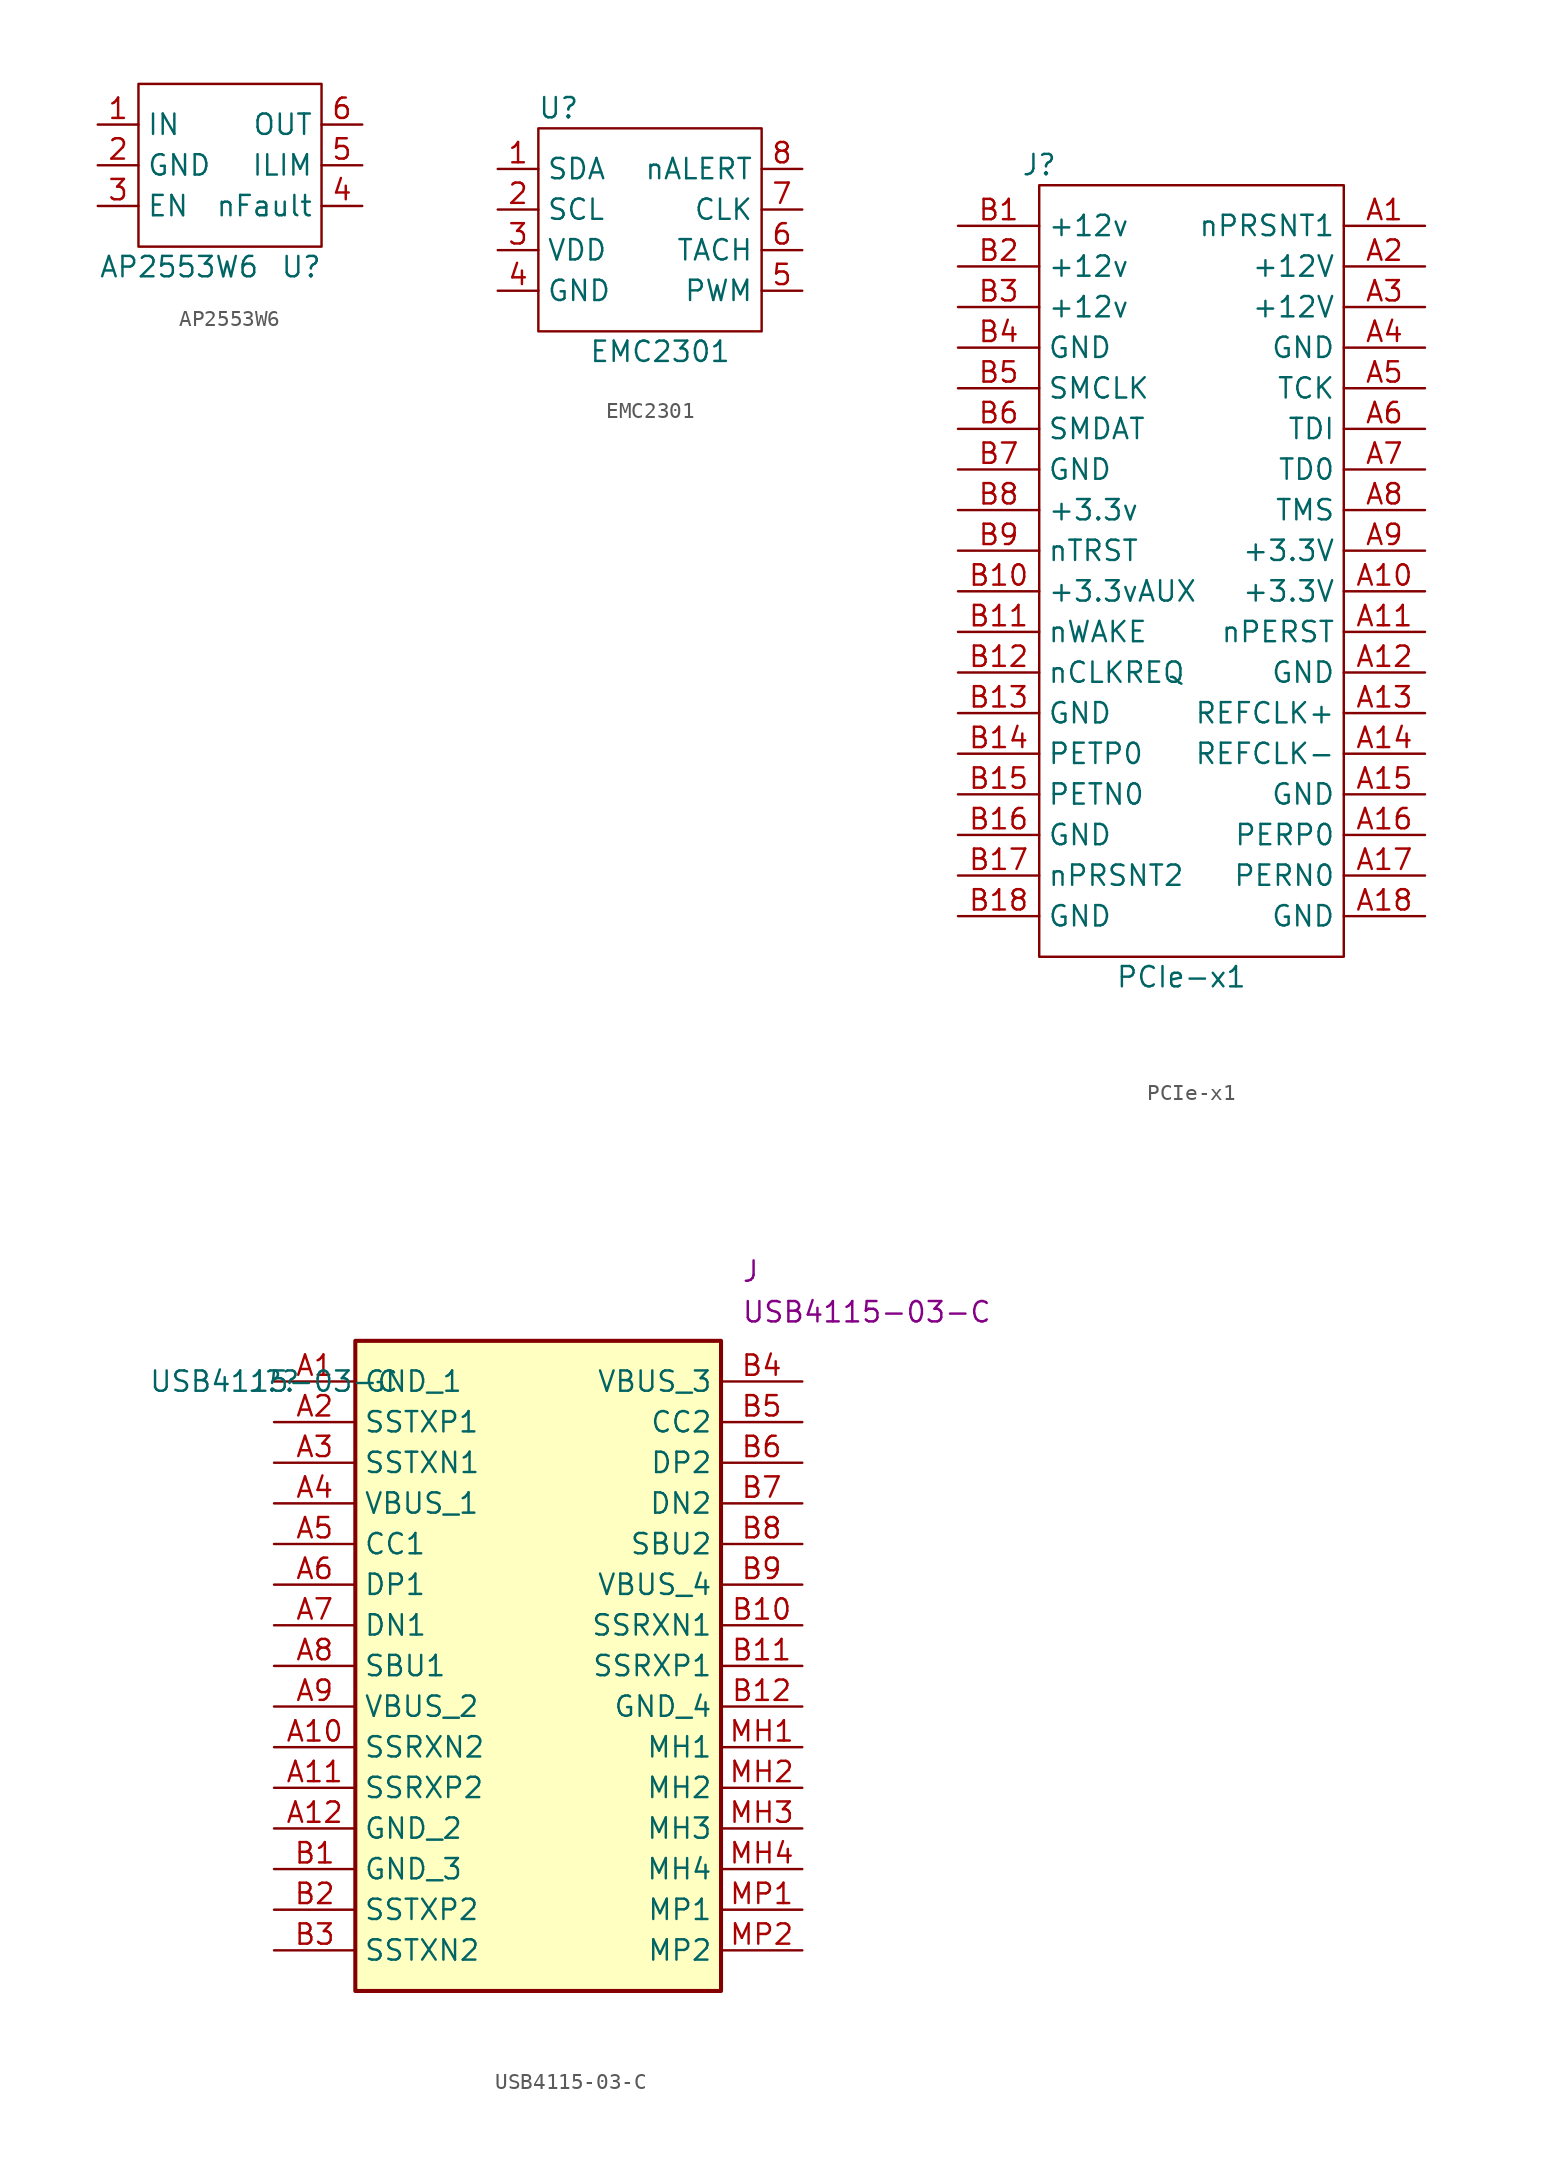
<source format=kicad_sym>
(kicad_symbol_lib
  (version 20211014)
  (generator kicad_symbol_editor)
  (symbol "AP2553W6"
    (property "Reference" "U"
      (at 3.81 -6.35 0)
      (effects (font (size 1.27 1.27))))
    (property "Value" "AP2553W6"
      (at -3.81 -6.35 0)
      (effects (font (size 1.27 1.27))))
    (symbol "AP2553W6_0_0"
      (pin power_in line (at -8.89 2.54 0) (length 2.54) (name "IN" (effects (font (size 1.27 1.27)))) (number "1" (effects (font (size 1.27 1.27)))))
      (pin power_out line (at -8.89 0 0) (length 2.54) (name "GND" (effects (font (size 1.27 1.27)))) (number "2" (effects (font (size 1.27 1.27)))))
      (pin input line (at -8.89 -2.54 0) (length 2.54) (name "EN" (effects (font (size 1.27 1.27)))) (number "3" (effects (font (size 1.27 1.27)))))
      (pin open_collector line (at 7.62 -2.54 180) (length 2.54) (name "nFault" (effects (font (size 1.27 1.27)))) (number "4" (effects (font (size 1.27 1.27)))))
      (pin passive line (at 7.62 0 180) (length 2.54) (name "ILIM" (effects (font (size 1.27 1.27)))) (number "5" (effects (font (size 1.27 1.27)))))
      (pin power_out line (at 7.62 2.54 180) (length 2.54) (name "OUT" (effects (font (size 1.27 1.27)))) (number "6" (effects (font (size 1.27 1.27))))))
    (symbol "AP2553W6_0_1"
      (rectangle (start -6.35 5.08) (end 5.08 -5.08) (stroke (width 0) (type default) (color 0 0 0 0)) (fill (type none)))))
  (symbol "EMC2301"
    (property "Reference" "U"
      (at -7.62 13.97 0)
      (effects (font (size 1.27 1.27))))
    (property "Value" "EMC2301"
      (at -1.27 -1.27 0)
      (effects (font (size 1.27 1.27))))
    (symbol "EMC2301_0_0"
      (pin open_collector line (at -11.43 10.16 0) (length 2.54) (name "SDA" (effects (font (size 1.27 1.27)))) (number "1" (effects (font (size 1.27 1.27)))))
      (pin open_collector line (at -11.43 7.62 0) (length 2.54) (name "SCL" (effects (font (size 1.27 1.27)))) (number "2" (effects (font (size 1.27 1.27)))))
      (pin power_in line (at -11.43 5.08 0) (length 2.54) (name "VDD" (effects (font (size 1.27 1.27)))) (number "3" (effects (font (size 1.27 1.27)))))
      (pin power_in line (at -11.43 2.54 0) (length 2.54) (name "GND" (effects (font (size 1.27 1.27)))) (number "4" (effects (font (size 1.27 1.27)))))
      (pin output line (at 7.62 2.54 180) (length 2.54) (name "PWM" (effects (font (size 1.27 1.27)))) (number "5" (effects (font (size 1.27 1.27)))))
      (pin input line (at 7.62 5.08 180) (length 2.54) (name "TACH" (effects (font (size 1.27 1.27)))) (number "6" (effects (font (size 1.27 1.27)))))
      (pin input line (at 7.62 7.62 180) (length 2.54) (name "CLK" (effects (font (size 1.27 1.27)))) (number "7" (effects (font (size 1.27 1.27)))))
      (pin open_collector line (at 7.62 10.16 180) (length 2.54) (name "nALERT" (effects (font (size 1.27 1.27)))) (number "8" (effects (font (size 1.27 1.27))))))
    (symbol "EMC2301_0_1"
      (rectangle (start -8.89 12.7) (end 5.08 0) (stroke (width 0) (type default) (color 0 0 0 0)) (fill (type none)))))
  (symbol "PCIe-x1"
    (property "Reference" "J"
      (at -13.97 36.83 0)
      (effects (font (size 1.27 1.27))))
    (property "Value" "PCIe-x1"
      (at -5.08 -13.97 0)
      (effects (font (size 1.27 1.27))))
    (symbol "PCIe-x1_0_0"
      (pin passive line (at 10.16 33.02 180) (length 5.08) (name "nPRSNT1" (effects (font (size 1.27 1.27)))) (number "A1" (effects (font (size 1.27 1.27)))))
      (pin power_in line (at 10.16 10.16 180) (length 5.08) (name "+3.3V" (effects (font (size 1.27 1.27)))) (number "A10" (effects (font (size 1.27 1.27)))))
      (pin input line (at 10.16 7.62 180) (length 5.08) (name "nPERST" (effects (font (size 1.27 1.27)))) (number "A11" (effects (font (size 1.27 1.27)))))
      (pin power_in line (at 10.16 5.08 180) (length 5.08) (name "GND" (effects (font (size 1.27 1.27)))) (number "A12" (effects (font (size 1.27 1.27)))))
      (pin input line (at 10.16 2.54 180) (length 5.08) (name "REFCLK+" (effects (font (size 1.27 1.27)))) (number "A13" (effects (font (size 1.27 1.27)))))
      (pin input line (at 10.16 0 180) (length 5.08) (name "REFCLK-" (effects (font (size 1.27 1.27)))) (number "A14" (effects (font (size 1.27 1.27)))))
      (pin power_in line (at 10.16 -2.54 180) (length 5.08) (name "GND" (effects (font (size 1.27 1.27)))) (number "A15" (effects (font (size 1.27 1.27)))))
      (pin output line (at 10.16 -5.08 180) (length 5.08) (name "PERP0" (effects (font (size 1.27 1.27)))) (number "A16" (effects (font (size 1.27 1.27)))))
      (pin output line (at 10.16 -7.62 180) (length 5.08) (name "PERN0" (effects (font (size 1.27 1.27)))) (number "A17" (effects (font (size 1.27 1.27)))))
      (pin power_in line (at 10.16 -10.16 180) (length 5.08) (name "GND" (effects (font (size 1.27 1.27)))) (number "A18" (effects (font (size 1.27 1.27)))))
      (pin power_in line (at 10.16 30.48 180) (length 5.08) (name "+12V" (effects (font (size 1.27 1.27)))) (number "A2" (effects (font (size 1.27 1.27)))))
      (pin power_in line (at 10.16 27.94 180) (length 5.08) (name "+12V" (effects (font (size 1.27 1.27)))) (number "A3" (effects (font (size 1.27 1.27)))))
      (pin power_in line (at 10.16 25.4 180) (length 5.08) (name "GND" (effects (font (size 1.27 1.27)))) (number "A4" (effects (font (size 1.27 1.27)))))
      (pin input line (at 10.16 22.86 180) (length 5.08) (name "TCK" (effects (font (size 1.27 1.27)))) (number "A5" (effects (font (size 1.27 1.27)))))
      (pin input line (at 10.16 20.32 180) (length 5.08) (name "TDI" (effects (font (size 1.27 1.27)))) (number "A6" (effects (font (size 1.27 1.27)))))
      (pin output line (at 10.16 17.78 180) (length 5.08) (name "TD0" (effects (font (size 1.27 1.27)))) (number "A7" (effects (font (size 1.27 1.27)))))
      (pin input line (at 10.16 15.24 180) (length 5.08) (name "TMS" (effects (font (size 1.27 1.27)))) (number "A8" (effects (font (size 1.27 1.27)))))
      (pin power_in line (at 10.16 12.7 180) (length 5.08) (name "+3.3V" (effects (font (size 1.27 1.27)))) (number "A9" (effects (font (size 1.27 1.27)))))
      (pin power_in line (at -19.05 33.02 0) (length 5.08) (name "+12v" (effects (font (size 1.27 1.27)))) (number "B1" (effects (font (size 1.27 1.27)))))
      (pin power_in line (at -19.05 10.16 0) (length 5.08) (name "+3.3vAUX" (effects (font (size 1.27 1.27)))) (number "B10" (effects (font (size 1.27 1.27)))))
      (pin open_collector line (at -19.05 7.62 0) (length 5.08) (name "nWAKE" (effects (font (size 1.27 1.27)))) (number "B11" (effects (font (size 1.27 1.27)))))
      (pin open_collector line (at -19.05 5.08 0) (length 5.08) (name "nCLKREQ" (effects (font (size 1.27 1.27)))) (number "B12" (effects (font (size 1.27 1.27)))))
      (pin power_in line (at -19.05 2.54 0) (length 5.08) (name "GND" (effects (font (size 1.27 1.27)))) (number "B13" (effects (font (size 1.27 1.27)))))
      (pin input line (at -19.05 0 0) (length 5.08) (name "PETP0" (effects (font (size 1.27 1.27)))) (number "B14" (effects (font (size 1.27 1.27)))))
      (pin input line (at -19.05 -2.54 0) (length 5.08) (name "PETN0" (effects (font (size 1.27 1.27)))) (number "B15" (effects (font (size 1.27 1.27)))))
      (pin power_in line (at -19.05 -5.08 0) (length 5.08) (name "GND" (effects (font (size 1.27 1.27)))) (number "B16" (effects (font (size 1.27 1.27)))))
      (pin passive line (at -19.05 -7.62 0) (length 5.08) (name "nPRSNT2" (effects (font (size 1.27 1.27)))) (number "B17" (effects (font (size 1.27 1.27)))))
      (pin power_in line (at -19.05 -10.16 0) (length 5.08) (name "GND" (effects (font (size 1.27 1.27)))) (number "B18" (effects (font (size 1.27 1.27)))))
      (pin power_in line (at -19.05 30.48 0) (length 5.08) (name "+12v" (effects (font (size 1.27 1.27)))) (number "B2" (effects (font (size 1.27 1.27)))))
      (pin power_in line (at -19.05 27.94 0) (length 5.08) (name "+12v" (effects (font (size 1.27 1.27)))) (number "B3" (effects (font (size 1.27 1.27)))))
      (pin power_in line (at -19.05 25.4 0) (length 5.08) (name "GND" (effects (font (size 1.27 1.27)))) (number "B4" (effects (font (size 1.27 1.27)))))
      (pin passive line (at -19.05 22.86 0) (length 5.08) (name "SMCLK" (effects (font (size 1.27 1.27)))) (number "B5" (effects (font (size 1.27 1.27)))))
      (pin passive line (at -19.05 20.32 0) (length 5.08) (name "SMDAT" (effects (font (size 1.27 1.27)))) (number "B6" (effects (font (size 1.27 1.27)))))
      (pin power_in line (at -19.05 17.78 0) (length 5.08) (name "GND" (effects (font (size 1.27 1.27)))) (number "B7" (effects (font (size 1.27 1.27)))))
      (pin power_in line (at -19.05 15.24 0) (length 5.08) (name "+3.3v" (effects (font (size 1.27 1.27)))) (number "B8" (effects (font (size 1.27 1.27)))))
      (pin input line (at -19.05 12.7 0) (length 5.08) (name "nTRST" (effects (font (size 1.27 1.27)))) (number "B9" (effects (font (size 1.27 1.27))))))
    (symbol "PCIe-x1_0_1"
      (rectangle (start -13.97 35.56) (end 5.08 -12.7) (stroke (width 0) (type default) (color 0 0 0 0)) (fill (type none)))))
  (symbol "USB4115-03-C"
    (property "Reference" "J?"
      (at 0 0 0)
      (effects (font (size 1.27 1.27))))
    (property "Value" "USB4115-03-C"
      (at 0 0 0)
      (effects (font (size 1.27 1.27))))
    (property "Reference_1" "J"
      (at 29.21 7.62 0)
      (effects (font (size 1.27 1.27)) (justify left top)))
    (property "Value_1" "USB4115-03-C"
      (at 29.21 5.08 0)
      (effects (font (size 1.27 1.27)) (justify left top)))
    (symbol "USB4115-03-C_1_1"
      (rectangle (start 5.08 2.54) (end 27.94 -38.1) (stroke (width 0.254) (type default) (color 0 0 0 0)) (fill (type background)))
      (pin passive line (at 0 0 0) (length 5.08) (name "GND_1" (effects (font (size 1.27 1.27)))) (number "A1" (effects (font (size 1.27 1.27)))))
      (pin passive line (at 0 -22.86 0) (length 5.08) (name "SSRXN2" (effects (font (size 1.27 1.27)))) (number "A10" (effects (font (size 1.27 1.27)))))
      (pin passive line (at 0 -25.4 0) (length 5.08) (name "SSRXP2" (effects (font (size 1.27 1.27)))) (number "A11" (effects (font (size 1.27 1.27)))))
      (pin passive line (at 0 -27.94 0) (length 5.08) (name "GND_2" (effects (font (size 1.27 1.27)))) (number "A12" (effects (font (size 1.27 1.27)))))
      (pin passive line (at 0 -2.54 0) (length 5.08) (name "SSTXP1" (effects (font (size 1.27 1.27)))) (number "A2" (effects (font (size 1.27 1.27)))))
      (pin passive line (at 0 -5.08 0) (length 5.08) (name "SSTXN1" (effects (font (size 1.27 1.27)))) (number "A3" (effects (font (size 1.27 1.27)))))
      (pin passive line (at 0 -7.62 0) (length 5.08) (name "VBUS_1" (effects (font (size 1.27 1.27)))) (number "A4" (effects (font (size 1.27 1.27)))))
      (pin passive line (at 0 -10.16 0) (length 5.08) (name "CC1" (effects (font (size 1.27 1.27)))) (number "A5" (effects (font (size 1.27 1.27)))))
      (pin passive line (at 0 -12.7 0) (length 5.08) (name "DP1" (effects (font (size 1.27 1.27)))) (number "A6" (effects (font (size 1.27 1.27)))))
      (pin passive line (at 0 -15.24 0) (length 5.08) (name "DN1" (effects (font (size 1.27 1.27)))) (number "A7" (effects (font (size 1.27 1.27)))))
      (pin passive line (at 0 -17.78 0) (length 5.08) (name "SBU1" (effects (font (size 1.27 1.27)))) (number "A8" (effects (font (size 1.27 1.27)))))
      (pin passive line (at 0 -20.32 0) (length 5.08) (name "VBUS_2" (effects (font (size 1.27 1.27)))) (number "A9" (effects (font (size 1.27 1.27)))))
      (pin passive line (at 0 -30.48 0) (length 5.08) (name "GND_3" (effects (font (size 1.27 1.27)))) (number "B1" (effects (font (size 1.27 1.27)))))
      (pin passive line (at 33.02 -15.24 180) (length 5.08) (name "SSRXN1" (effects (font (size 1.27 1.27)))) (number "B10" (effects (font (size 1.27 1.27)))))
      (pin passive line (at 33.02 -17.78 180) (length 5.08) (name "SSRXP1" (effects (font (size 1.27 1.27)))) (number "B11" (effects (font (size 1.27 1.27)))))
      (pin passive line (at 33.02 -20.32 180) (length 5.08) (name "GND_4" (effects (font (size 1.27 1.27)))) (number "B12" (effects (font (size 1.27 1.27)))))
      (pin passive line (at 0 -33.02 0) (length 5.08) (name "SSTXP2" (effects (font (size 1.27 1.27)))) (number "B2" (effects (font (size 1.27 1.27)))))
      (pin passive line (at 0 -35.56 0) (length 5.08) (name "SSTXN2" (effects (font (size 1.27 1.27)))) (number "B3" (effects (font (size 1.27 1.27)))))
      (pin passive line (at 33.02 0 180) (length 5.08) (name "VBUS_3" (effects (font (size 1.27 1.27)))) (number "B4" (effects (font (size 1.27 1.27)))))
      (pin passive line (at 33.02 -2.54 180) (length 5.08) (name "CC2" (effects (font (size 1.27 1.27)))) (number "B5" (effects (font (size 1.27 1.27)))))
      (pin passive line (at 33.02 -5.08 180) (length 5.08) (name "DP2" (effects (font (size 1.27 1.27)))) (number "B6" (effects (font (size 1.27 1.27)))))
      (pin passive line (at 33.02 -7.62 180) (length 5.08) (name "DN2" (effects (font (size 1.27 1.27)))) (number "B7" (effects (font (size 1.27 1.27)))))
      (pin passive line (at 33.02 -10.16 180) (length 5.08) (name "SBU2" (effects (font (size 1.27 1.27)))) (number "B8" (effects (font (size 1.27 1.27)))))
      (pin passive line (at 33.02 -12.7 180) (length 5.08) (name "VBUS_4" (effects (font (size 1.27 1.27)))) (number "B9" (effects (font (size 1.27 1.27)))))
      (pin passive line (at 33.02 -22.86 180) (length 5.08) (name "MH1" (effects (font (size 1.27 1.27)))) (number "MH1" (effects (font (size 1.27 1.27)))))
      (pin passive line (at 33.02 -25.4 180) (length 5.08) (name "MH2" (effects (font (size 1.27 1.27)))) (number "MH2" (effects (font (size 1.27 1.27)))))
      (pin passive line (at 33.02 -27.94 180) (length 5.08) (name "MH3" (effects (font (size 1.27 1.27)))) (number "MH3" (effects (font (size 1.27 1.27)))))
      (pin passive line (at 33.02 -30.48 180) (length 5.08) (name "MH4" (effects (font (size 1.27 1.27)))) (number "MH4" (effects (font (size 1.27 1.27)))))
      (pin passive line (at 33.02 -33.02 180) (length 5.08) (name "MP1" (effects (font (size 1.27 1.27)))) (number "MP1" (effects (font (size 1.27 1.27)))))
      (pin passive line (at 33.02 -35.56 180) (length 5.08) (name "MP2" (effects (font (size 1.27 1.27)))) (number "MP2" (effects (font (size 1.27 1.27))))))))
</source>
